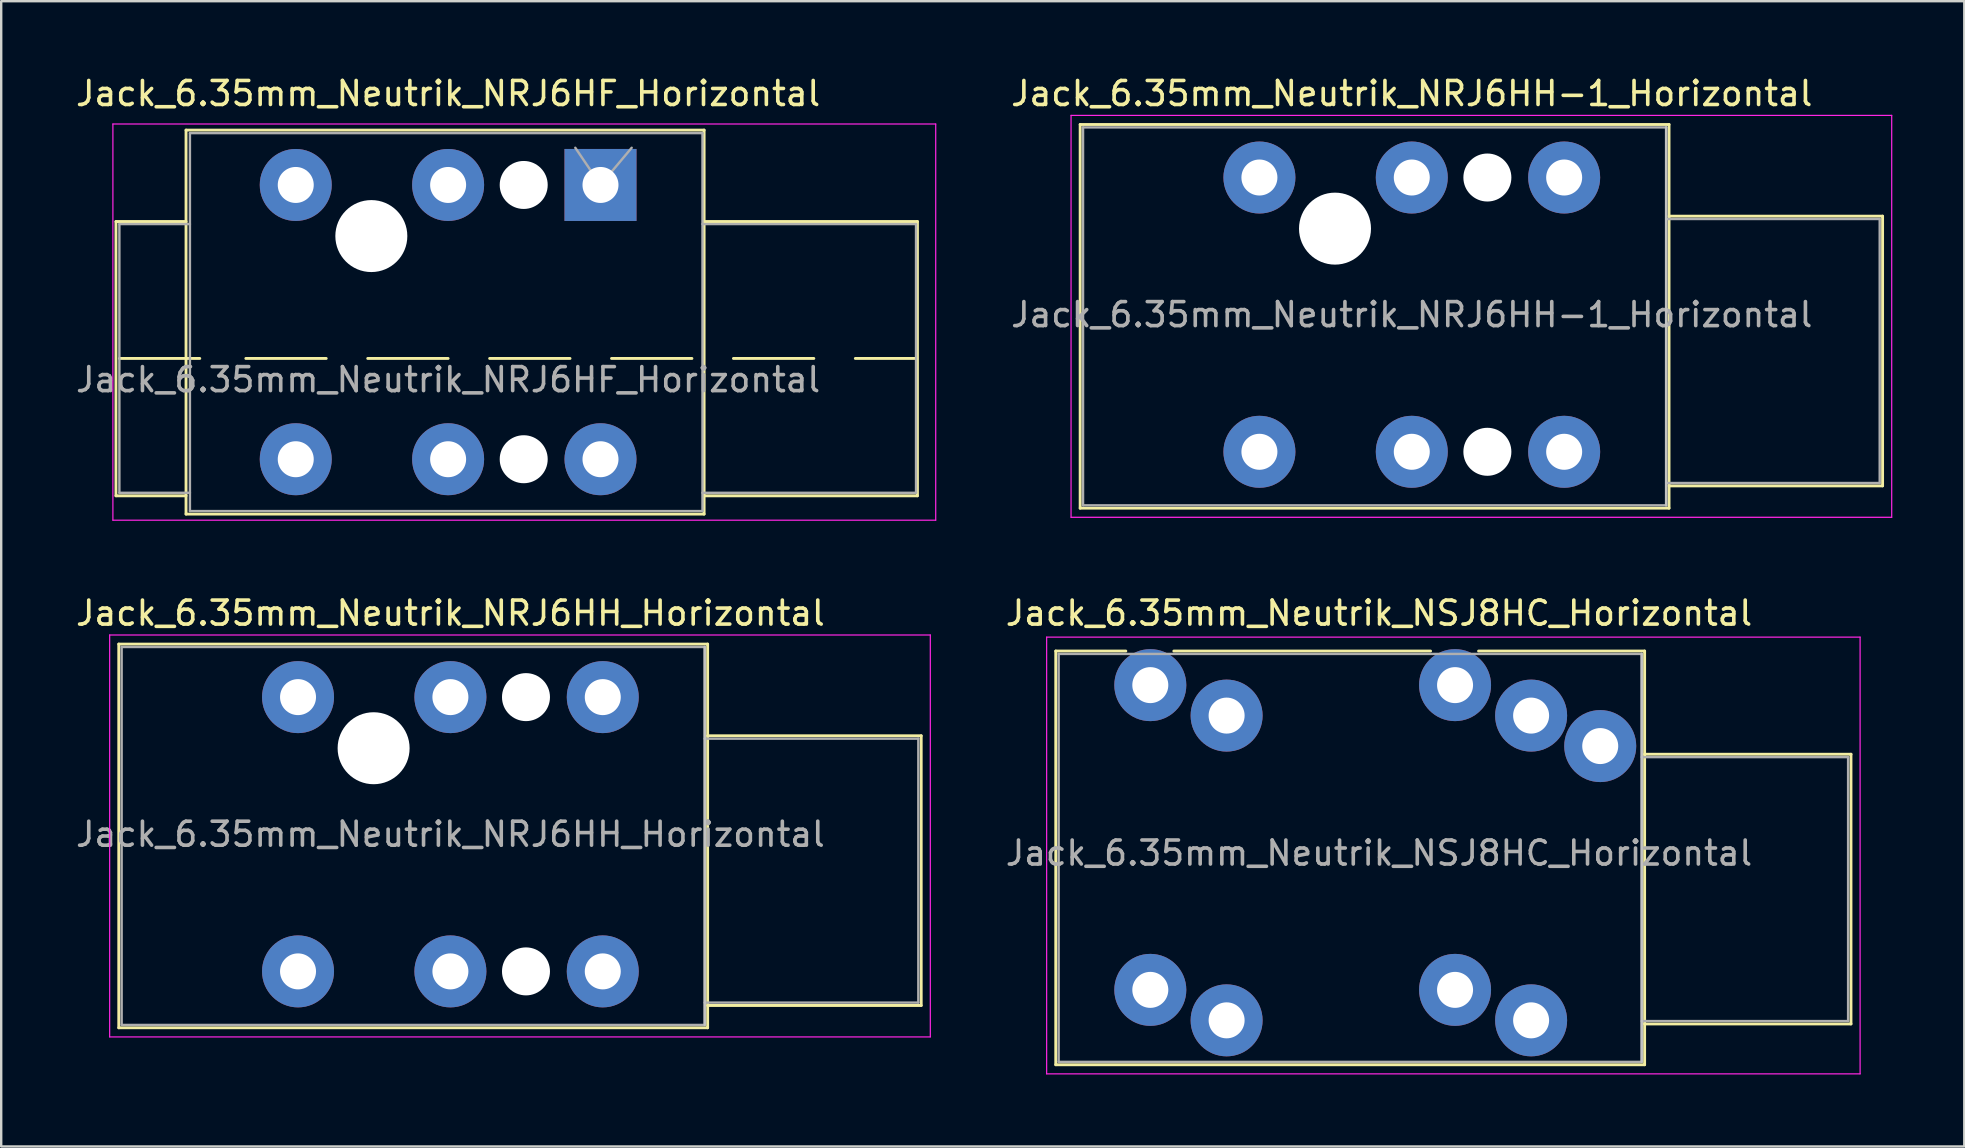
<source format=kicad_pcb>
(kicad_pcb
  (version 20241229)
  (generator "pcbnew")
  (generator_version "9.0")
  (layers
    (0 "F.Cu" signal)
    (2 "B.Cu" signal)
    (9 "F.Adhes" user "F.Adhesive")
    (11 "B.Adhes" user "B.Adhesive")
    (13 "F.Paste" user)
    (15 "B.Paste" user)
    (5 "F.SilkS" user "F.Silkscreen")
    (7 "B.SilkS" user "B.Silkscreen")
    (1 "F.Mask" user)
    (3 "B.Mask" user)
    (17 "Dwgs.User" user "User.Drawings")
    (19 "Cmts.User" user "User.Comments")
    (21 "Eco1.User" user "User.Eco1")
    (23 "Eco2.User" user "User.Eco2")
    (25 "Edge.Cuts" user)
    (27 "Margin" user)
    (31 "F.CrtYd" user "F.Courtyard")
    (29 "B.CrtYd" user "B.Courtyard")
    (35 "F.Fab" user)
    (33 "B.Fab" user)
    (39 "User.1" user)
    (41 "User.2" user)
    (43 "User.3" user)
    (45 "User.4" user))
  (footprint "Jack_6.35mm_Neutrik_NSJ8HC_Horizontal"
    (layer "F.Cu")
    (at 44.888 25.502)
    (property "Reference" "Jack_6.35mm_Neutrik_NSJ8HC_Horizontal" (at 9.53 -3 0) (layer "F.SilkS") (effects (font (size 1 1) (thickness 0.15))))
    (attr through_hole)
    (fp_line (start -3.94 -1.42) (end -1.02 -1.42) (stroke (width 0.12) (type solid)) (layer "F.SilkS"))
    (fp_line (start -3.94 15.82) (end -3.94 -1.42) (stroke (width 0.12) (type solid)) (layer "F.SilkS"))
    (fp_line (start -3.94 15.82) (end 20.6 15.82) (stroke (width 0.12) (type solid)) (layer "F.SilkS"))
    (fp_line (start 0.98 -1.42) (end 11.68 -1.42) (stroke (width 0.12) (type solid)) (layer "F.SilkS"))
    (fp_line (start 13.68 -1.42) (end 20.6 -1.42) (stroke (width 0.12) (type solid)) (layer "F.SilkS"))
    (fp_line (start 20.6 -1.42) (end 20.6 15.82) (stroke (width 0.12) (type solid)) (layer "F.SilkS"))
    (fp_line (start 29.2 2.88) (end 20.6 2.88) (stroke (width 0.12) (type solid)) (layer "F.SilkS"))
    (fp_line (start 29.2 14.12) (end 20.6 14.12) (stroke (width 0.12) (type solid)) (layer "F.SilkS"))
    (fp_line (start 29.2 14.12) (end 29.2 2.88) (stroke (width 0.12) (type solid)) (layer "F.SilkS"))
    (fp_line (start 20.48 -1.3) (end 20.48 15.7) (stroke (width 0.1) (type solid)) (layer "Dwgs.User"))
    (fp_line (start -4.32 16.2) (end -4.32 -2) (stroke (width 0.05) (type solid)) (layer "F.CrtYd"))
    (fp_line (start -4.32 16.2) (end 29.58 16.2) (stroke (width 0.05) (type solid)) (layer "F.CrtYd"))
    (fp_line (start 29.58 -2) (end -4.32 -2) (stroke (width 0.05) (type solid)) (layer "F.CrtYd"))
    (fp_line (start 29.58 16.2) (end 29.58 -2) (stroke (width 0.05) (type solid)) (layer "F.CrtYd"))
    (fp_line (start -3.82 -1.3) (end 20.48 -1.3) (stroke (width 0.1) (type solid)) (layer "F.Fab"))
    (fp_line (start -3.82 15.7) (end -3.82 -1.3) (stroke (width 0.1) (type solid)) (layer "F.Fab"))
    (fp_line (start 20.48 -1.3) (end 20.48 15.7) (stroke (width 0.1) (type solid)) (layer "F.Fab"))
    (fp_line (start 20.48 14) (end 29.08 14) (stroke (width 0.1) (type solid)) (layer "F.Fab"))
    (fp_line (start 20.48 15.7) (end -3.82 15.7) (stroke (width 0.1) (type solid)) (layer "F.Fab"))
    (fp_line (start 29.08 3) (end 20.48 3) (stroke (width 0.1) (type solid)) (layer "F.Fab"))
    (fp_line (start 29.08 14) (end 29.08 3) (stroke (width 0.1) (type solid)) (layer "F.Fab"))
    (fp_text user "${REFERENCE}" (at 9.53 7 0) (layer "F.Fab") (effects (font (size 1 1) (thickness 0.15))))
    (pad "G" thru_hole circle (at 18.75 2.54) (size 3 3) (drill 1.5) (layers "*.Cu" "*.Mask"))
    (pad "S1" thru_hole circle (at 12.7 0) (size 3 3) (drill 1.5) (layers "*.Cu" "*.Mask"))
    (pad "S2" thru_hole circle (at 15.87 1.27) (size 3 3) (drill 1.5) (layers "*.Cu" "*.Mask"))
    (pad "SN1" thru_hole circle (at 12.7 12.7) (size 3 3) (drill 1.5) (layers "*.Cu" "*.Mask"))
    (pad "SN2" thru_hole circle (at 15.87 13.97) (size 3 3) (drill 1.5) (layers "*.Cu" "*.Mask"))
    (pad "T1" thru_hole circle (at 0 0) (size 3 3) (drill 1.5) (layers "*.Cu" "*.Mask"))
    (pad "T2" thru_hole circle (at 3.18 1.27) (size 3 3) (drill 1.5) (layers "*.Cu" "*.Mask"))
    (pad "TN1" thru_hole circle (at 0 12.7) (size 3 3) (drill 1.5) (layers "*.Cu" "*.Mask"))
    (pad "TN2" thru_hole circle (at 3.18 13.97) (size 3 3) (drill 1.5) (layers "*.Cu" "*.Mask")))
  (footprint "Jack_6.35mm_Neutrik_NRJ6HH-1_Horizontal"
    (layer "F.Cu")
    (at 49.435 4.348)
    (property "Reference" "Jack_6.35mm_Neutrik_NRJ6HH-1_Horizontal" (at 6.35 -3.5 0) (layer "F.SilkS") (effects (font (size 1 1) (thickness 0.15))))
    (attr through_hole)
    (fp_line (start -7.47 -2.21) (end 17.07 -2.21) (stroke (width 0.12) (type solid)) (layer "F.SilkS"))
    (fp_line (start -7.47 13.78) (end -7.47 -2.21) (stroke (width 0.12) (type solid)) (layer "F.SilkS"))
    (fp_line (start -7.47 13.78) (end 17.07 13.78) (stroke (width 0.12) (type solid)) (layer "F.SilkS"))
    (fp_line (start 17.07 -2.21) (end 17.07 13.78) (stroke (width 0.12) (type solid)) (layer "F.SilkS"))
    (fp_line (start 25.97 1.61) (end 17.07 1.61) (stroke (width 0.12) (type solid)) (layer "F.SilkS"))
    (fp_line (start 25.97 12.85) (end 17.07 12.85) (stroke (width 0.12) (type solid)) (layer "F.SilkS"))
    (fp_line (start 25.97 12.85) (end 25.97 1.61) (stroke (width 0.12) (type solid)) (layer "F.SilkS"))
    (fp_line (start 16.95 -2.09) (end 16.95 13.66) (stroke (width 0.1) (type solid)) (layer "Dwgs.User"))
    (fp_line (start -7.85 14.16) (end -7.85 -2.59) (stroke (width 0.05) (type solid)) (layer "F.CrtYd"))
    (fp_line (start -7.85 14.16) (end 26.35 14.16) (stroke (width 0.05) (type solid)) (layer "F.CrtYd"))
    (fp_line (start 26.35 -2.59) (end -7.85 -2.59) (stroke (width 0.05) (type solid)) (layer "F.CrtYd"))
    (fp_line (start 26.35 14.16) (end 26.35 -2.59) (stroke (width 0.05) (type solid)) (layer "F.CrtYd"))
    (fp_line (start -7.35 -2.09) (end 16.95 -2.09) (stroke (width 0.1) (type solid)) (layer "F.Fab"))
    (fp_line (start -7.35 13.66) (end -7.35 -2.09) (stroke (width 0.1) (type solid)) (layer "F.Fab"))
    (fp_line (start 16.95 -2.09) (end 16.95 13.66) (stroke (width 0.1) (type solid)) (layer "F.Fab"))
    (fp_line (start 16.95 12.73) (end 25.85 12.73) (stroke (width 0.1) (type solid)) (layer "F.Fab"))
    (fp_line (start 16.95 13.66) (end -7.35 13.66) (stroke (width 0.1) (type solid)) (layer "F.Fab"))
    (fp_line (start 25.85 1.73) (end 16.95 1.73) (stroke (width 0.1) (type solid)) (layer "F.Fab"))
    (fp_line (start 25.85 12.73) (end 25.85 1.73) (stroke (width 0.1) (type solid)) (layer "F.Fab"))
    (fp_text user "${REFERENCE}" (at 6.35 5.715 0) (layer "F.Fab") (effects (font (size 1 1) (thickness 0.15))))
    (pad "" np_thru_hole circle (at 3.15 2.13) (size 3 3) (drill 3) (layers "*.Cu" "*.Mask"))
    (pad "" np_thru_hole circle (at 9.5 0) (size 2 2) (drill 2) (layers "*.Cu" "*.Mask"))
    (pad "" np_thru_hole circle (at 9.5 11.43) (size 2 2) (drill 2) (layers "*.Cu" "*.Mask"))
    (pad "G" thru_hole circle (at 12.7 11.43) (size 3 3) (drill 1.5) (layers "*.Cu" "*.Mask"))
    (pad "R" thru_hole circle (at 6.35 0) (size 3 3) (drill 1.5) (layers "*.Cu" "*.Mask"))
    (pad "RN" thru_hole circle (at 6.35 11.43) (size 3 3) (drill 1.5) (layers "*.Cu" "*.Mask"))
    (pad "S" thru_hole circle (at 12.7 0) (size 3 3) (drill 1.5) (layers "*.Cu" "*.Mask"))
    (pad "T" thru_hole circle (at 0 0) (size 3 3) (drill 1.5) (layers "*.Cu" "*.Mask"))
    (pad "TN" thru_hole circle (at 0 11.43) (size 3 3) (drill 1.5) (layers "*.Cu" "*.Mask")))
  (footprint "Jack_6.35mm_Neutrik_NRJ6HF_Horizontal"
    (layer "F.Cu")
    (at 9.275 4.658)
    (property "Reference" "Jack_6.35mm_Neutrik_NRJ6HF_Horizontal" (at 6.35 -3.81 0) (layer "F.SilkS") (effects (font (size 1 1) (thickness 0.15))))
    (attr through_hole)
    (fp_line (start -7.493 1.524) (end -7.493 12.954) (stroke (width 0.12) (type solid)) (layer "F.SilkS"))
    (fp_line (start -7.493 1.524) (end -4.572 1.524) (stroke (width 0.12) (type solid)) (layer "F.SilkS"))
    (fp_line (start -7.493 12.954) (end -4.572 12.954) (stroke (width 0.12) (type solid)) (layer "F.SilkS"))
    (fp_line (start -7.35 7.23) (end -4 7.23) (stroke (width 0.12) (type solid)) (layer "F.SilkS"))
    (fp_line (start -4.572 -2.286) (end -4.572 13.716) (stroke (width 0.12) (type solid)) (layer "F.SilkS"))
    (fp_line (start -4.572 -2.286) (end 17.018 -2.286) (stroke (width 0.12) (type solid)) (layer "F.SilkS"))
    (fp_line (start -4.572 13.716) (end 17.018 13.716) (stroke (width 0.12) (type solid)) (layer "F.SilkS"))
    (fp_line (start -2.08 7.23) (end 1.27 7.23) (stroke (width 0.12) (type solid)) (layer "F.SilkS"))
    (fp_line (start 3 7.23) (end 6.35 7.23) (stroke (width 0.12) (type solid)) (layer "F.SilkS"))
    (fp_line (start 8.08 7.23) (end 11.43 7.23) (stroke (width 0.12) (type solid)) (layer "F.SilkS"))
    (fp_line (start 13.16 7.23) (end 16.51 7.23) (stroke (width 0.12) (type solid)) (layer "F.SilkS"))
    (fp_line (start 17.018 -2.286) (end 17.018 13.716) (stroke (width 0.12) (type solid)) (layer "F.SilkS"))
    (fp_line (start 17.018 1.524) (end 25.908 1.524) (stroke (width 0.12) (type solid)) (layer "F.SilkS"))
    (fp_line (start 17.018 12.954) (end 25.908 12.954) (stroke (width 0.12) (type solid)) (layer "F.SilkS"))
    (fp_line (start 18.24 7.23) (end 21.59 7.23) (stroke (width 0.12) (type solid)) (layer "F.SilkS"))
    (fp_line (start 23.32 7.23) (end 25.85 7.23) (stroke (width 0.12) (type solid)) (layer "F.SilkS"))
    (fp_line (start 25.908 1.524) (end 25.908 12.954) (stroke (width 0.12) (type solid)) (layer "F.SilkS"))
    (fp_line (start -7.62 -2.54) (end -7.62 13.97) (stroke (width 0.05) (type solid)) (layer "F.CrtYd"))
    (fp_line (start -7.62 13.97) (end 26.67 13.97) (stroke (width 0.05) (type solid)) (layer "F.CrtYd"))
    (fp_line (start 26.67 -2.54) (end -7.62 -2.54) (stroke (width 0.05) (type solid)) (layer "F.CrtYd"))
    (fp_line (start 26.67 -2.54) (end 26.67 13.97) (stroke (width 0.05) (type solid)) (layer "F.CrtYd"))
    (fp_line (start -7.35 1.63) (end -7.35 12.83) (stroke (width 0.1) (type solid)) (layer "F.Fab"))
    (fp_line (start -7.35 1.63) (end -4.41 1.63) (stroke (width 0.1) (type solid)) (layer "F.Fab"))
    (fp_line (start -7.35 12.83) (end -4.41 12.83) (stroke (width 0.1) (type solid)) (layer "F.Fab"))
    (fp_line (start -4.41 -2.16) (end -4.41 13.59) (stroke (width 0.1) (type solid)) (layer "F.Fab"))
    (fp_line (start -4.41 -2.16) (end 16.95 -2.16) (stroke (width 0.1) (type solid)) (layer "F.Fab"))
    (fp_line (start -4.41 13.59) (end 16.95 13.59) (stroke (width 0.1) (type solid)) (layer "F.Fab"))
    (fp_line (start 12.7 0) (end 11.65 -1.55) (stroke (width 0.1) (type solid)) (layer "F.Fab"))
    (fp_line (start 14 -1.55) (end 12.7 0) (stroke (width 0.1) (type solid)) (layer "F.Fab"))
    (fp_line (start 16.95 -2.16) (end 16.95 13.59) (stroke (width 0.1) (type solid)) (layer "F.Fab"))
    (fp_line (start 16.95 1.63) (end 25.85 1.63) (stroke (width 0.1) (type solid)) (layer "F.Fab"))
    (fp_line (start 16.95 12.83) (end 25.85 12.83) (stroke (width 0.1) (type solid)) (layer "F.Fab"))
    (fp_line (start 25.85 1.63) (end 25.85 12.83) (stroke (width 0.1) (type solid)) (layer "F.Fab"))
    (fp_text user "${REFERENCE}" (at 6.35 8.115 0) (layer "F.Fab") (effects (font (size 1 1) (thickness 0.15))))
    (pad "" np_thru_hole circle (at 3.15 2.13) (size 3 3) (drill 3) (layers "*.Cu" "*.Mask"))
    (pad "" np_thru_hole circle (at 9.5 0) (size 2 2) (drill 2) (layers "*.Cu" "*.Mask"))
    (pad "" np_thru_hole circle (at 9.5 11.43) (size 2 2) (drill 2) (layers "*.Cu" "*.Mask"))
    (pad "R" thru_hole circle (at 6.35 0) (size 3 3) (drill 1.5) (layers "*.Cu" "*.Mask"))
    (pad "RN" thru_hole circle (at 6.35 11.43) (size 3 3) (drill 1.5) (layers "*.Cu" "*.Mask"))
    (pad "S" thru_hole rect (at 12.7 0) (size 3 3) (drill 1.5) (layers "*.Cu" "*.Mask"))
    (pad "SN" thru_hole circle (at 12.7 11.43) (size 3 3) (drill 1.5) (layers "*.Cu" "*.Mask"))
    (pad "T" thru_hole circle (at 0 0) (size 3 3) (drill 1.5) (layers "*.Cu" "*.Mask"))
    (pad "TN" thru_hole circle (at 0 11.43) (size 3 3) (drill 1.5) (layers "*.Cu" "*.Mask")))
  (footprint "Jack_6.35mm_Neutrik_NRJ6HH_Horizontal"
    (layer "F.Cu")
    (at 9.37 26.002)
    (property "Reference" "Jack_6.35mm_Neutrik_NRJ6HH_Horizontal" (at 6.35 -3.5 0) (layer "F.SilkS") (effects (font (size 1 1) (thickness 0.15))))
    (attr through_hole)
    (fp_line (start -7.47 -2.21) (end 17.07 -2.21) (stroke (width 0.12) (type solid)) (layer "F.SilkS"))
    (fp_line (start -7.47 13.78) (end -7.47 -2.21) (stroke (width 0.12) (type solid)) (layer "F.SilkS"))
    (fp_line (start -7.47 13.78) (end 17.07 13.78) (stroke (width 0.12) (type solid)) (layer "F.SilkS"))
    (fp_line (start 17.07 -2.21) (end 17.07 13.78) (stroke (width 0.12) (type solid)) (layer "F.SilkS"))
    (fp_line (start 25.97 1.61) (end 17.07 1.61) (stroke (width 0.12) (type solid)) (layer "F.SilkS"))
    (fp_line (start 25.97 12.85) (end 17.07 12.85) (stroke (width 0.12) (type solid)) (layer "F.SilkS"))
    (fp_line (start 25.97 12.85) (end 25.97 1.61) (stroke (width 0.12) (type solid)) (layer "F.SilkS"))
    (fp_line (start 16.95 -2.09) (end 16.95 13.66) (stroke (width 0.1) (type solid)) (layer "Dwgs.User"))
    (fp_line (start -7.85 14.16) (end -7.85 -2.59) (stroke (width 0.05) (type solid)) (layer "F.CrtYd"))
    (fp_line (start -7.85 14.16) (end 26.35 14.16) (stroke (width 0.05) (type solid)) (layer "F.CrtYd"))
    (fp_line (start 26.35 -2.59) (end -7.85 -2.59) (stroke (width 0.05) (type solid)) (layer "F.CrtYd"))
    (fp_line (start 26.35 14.16) (end 26.35 -2.59) (stroke (width 0.05) (type solid)) (layer "F.CrtYd"))
    (fp_line (start -7.35 -2.09) (end 16.95 -2.09) (stroke (width 0.1) (type solid)) (layer "F.Fab"))
    (fp_line (start -7.35 13.66) (end -7.35 -2.09) (stroke (width 0.1) (type solid)) (layer "F.Fab"))
    (fp_line (start 16.95 -2.09) (end 16.95 13.66) (stroke (width 0.1) (type solid)) (layer "F.Fab"))
    (fp_line (start 16.95 12.73) (end 25.85 12.73) (stroke (width 0.1) (type solid)) (layer "F.Fab"))
    (fp_line (start 16.95 13.66) (end -7.35 13.66) (stroke (width 0.1) (type solid)) (layer "F.Fab"))
    (fp_line (start 25.85 1.73) (end 16.95 1.73) (stroke (width 0.1) (type solid)) (layer "F.Fab"))
    (fp_line (start 25.85 12.73) (end 25.85 1.73) (stroke (width 0.1) (type solid)) (layer "F.Fab"))
    (fp_text user "${REFERENCE}" (at 6.35 5.715 0) (layer "F.Fab") (effects (font (size 1 1) (thickness 0.15))))
    (pad "" np_thru_hole circle (at 3.15 2.13) (size 3 3) (drill 3) (layers "*.Cu" "*.Mask"))
    (pad "" np_thru_hole circle (at 9.5 0) (size 2 2) (drill 2) (layers "*.Cu" "*.Mask"))
    (pad "" np_thru_hole circle (at 9.5 11.43) (size 2 2) (drill 2) (layers "*.Cu" "*.Mask"))
    (pad "R" thru_hole circle (at 6.35 0) (size 3 3) (drill 1.5) (layers "*.Cu" "*.Mask"))
    (pad "RN" thru_hole circle (at 6.35 11.43) (size 3 3) (drill 1.5) (layers "*.Cu" "*.Mask"))
    (pad "S" thru_hole circle (at 12.7 0) (size 3 3) (drill 1.5) (layers "*.Cu" "*.Mask"))
    (pad "SN" thru_hole circle (at 12.7 11.43) (size 3 3) (drill 1.5) (layers "*.Cu" "*.Mask"))
    (pad "T" thru_hole circle (at 0 0) (size 3 3) (drill 1.5) (layers "*.Cu" "*.Mask"))
    (pad "TN" thru_hole circle (at 0 11.43) (size 3 3) (drill 1.5) (layers "*.Cu" "*.Mask")))
  (gr_rect
    (start -3 -3)
    (end 78.81 44.727)
    (stroke (width 0.1) (type default))
    (fill no)
    (layer "Edge.Cuts")))
</source>
